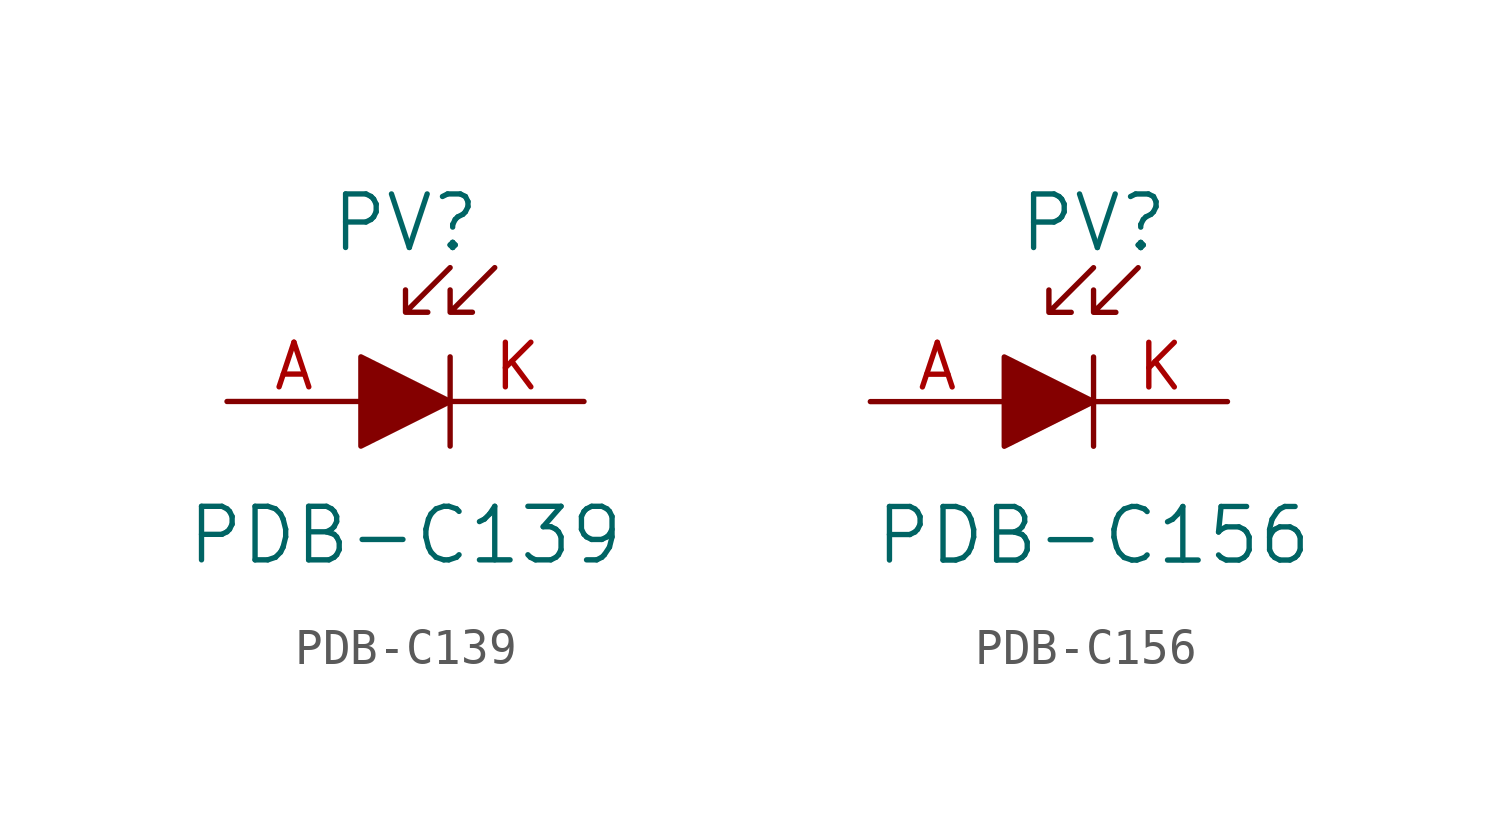
<source format=kicad_sym>
(kicad_symbol_lib
  (version 20220914)
  (generator kicad_symbol_editor)
  (symbol "PDB-C139"
    (pin_names
      (offset 0))
    (property "Reference" "PV"
      (at 0 5.08 0)
      (effects (font (size 1.524 1.524))))
    (property "Value" "PDB-C139"
      (at 0 -3.81 0)
      (effects (font (size 1.524 1.524))))
    (symbol "PDB-C139_0_1"
      (polyline (pts (xy 1.27 1.27) (xy 1.27 -1.27)) (stroke (width 0) (type solid)) (fill (type none)))
      (polyline (pts (xy -1.27 1.27) (xy -1.27 -1.27) (xy 1.27 0) (xy -1.27 1.27)) (stroke (width 0) (type solid)) (fill (type outline)))
      (polyline (pts (xy 0 2.54) (xy 0.635 2.54) (xy 0 2.54) (xy 0 3.175) (xy 0 2.54) (xy 1.27 3.81)) (stroke (width 0) (type solid)) (fill (type none)))
      (polyline (pts (xy 1.27 2.54) (xy 1.27 3.175) (xy 1.27 2.54) (xy 1.905 2.54) (xy 1.27 2.54) (xy 2.54 3.81)) (stroke (width 0) (type solid)) (fill (type none))))
    (symbol "PDB-C139_1_1"
      (pin passive line (at -5.08 0 0) (length 3.81) (name "~" (effects (font (size 1.27 1.27)))) (number "A" (effects (font (size 1.27 1.27)))))
      (pin passive line (at 5.08 0 180) (length 3.81) (name "~" (effects (font (size 1.27 1.27)))) (number "K" (effects (font (size 1.27 1.27)))))))
  (symbol "PDB-C156"
    (pin_names
      (offset 0) hide)
    (property "Reference" "PV"
      (at 1.27 5.08 0)
      (effects (font (size 1.524 1.524))))
    (property "Value" "PDB-C156"
      (at 1.27 -3.81 0)
      (effects (font (size 1.524 1.524))))
    (symbol "PDB-C156_0_1"
      (polyline (pts (xy 1.27 1.27) (xy 1.27 -1.27)) (stroke (width 0) (type solid)) (fill (type none)))
      (polyline (pts (xy -1.27 1.27) (xy -1.27 -1.27) (xy 1.27 0) (xy -1.27 1.27)) (stroke (width 0) (type solid)) (fill (type outline)))
      (polyline (pts (xy 0 2.54) (xy 0.635 2.54) (xy 0 2.54) (xy 0 3.175) (xy 0 2.54) (xy 1.27 3.81)) (stroke (width 0) (type solid)) (fill (type none)))
      (polyline (pts (xy 1.27 2.54) (xy 1.27 3.175) (xy 1.27 2.54) (xy 1.905 2.54) (xy 1.27 2.54) (xy 2.54 3.81)) (stroke (width 0) (type solid)) (fill (type none))))
    (symbol "PDB-C156_1_1"
      (pin passive line (at -5.08 0 0) (length 3.81) (name "~" (effects (font (size 1.27 1.27)))) (number "A" (effects (font (size 1.27 1.27)))))
      (pin passive line (at 5.08 0 180) (length 3.81) (name "~" (effects (font (size 1.27 1.27)))) (number "K" (effects (font (size 1.27 1.27))))))))
</source>
